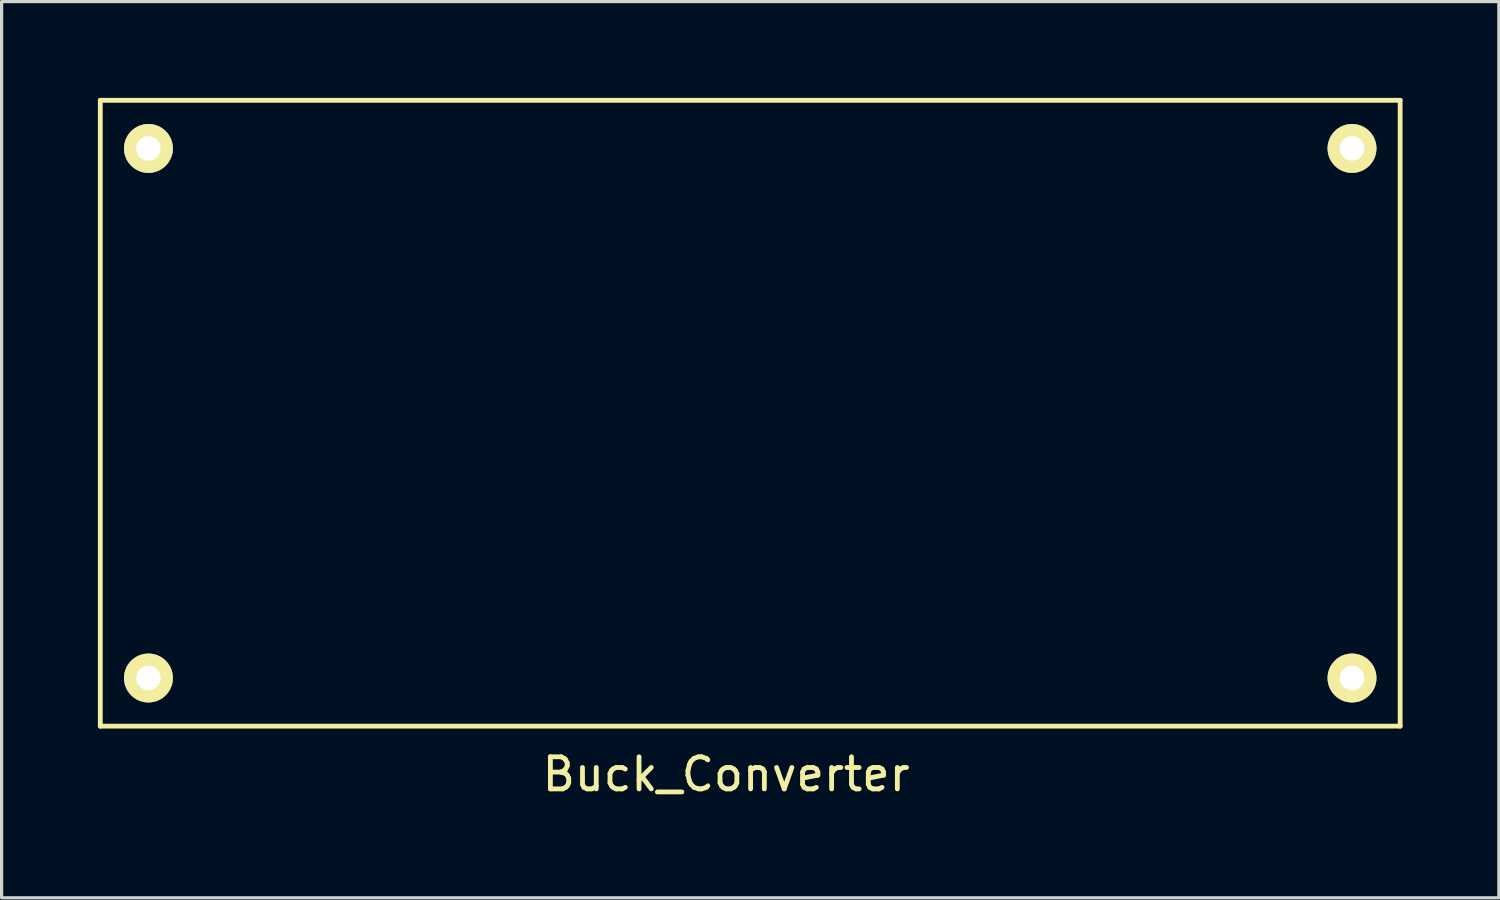
<source format=kicad_pcb>
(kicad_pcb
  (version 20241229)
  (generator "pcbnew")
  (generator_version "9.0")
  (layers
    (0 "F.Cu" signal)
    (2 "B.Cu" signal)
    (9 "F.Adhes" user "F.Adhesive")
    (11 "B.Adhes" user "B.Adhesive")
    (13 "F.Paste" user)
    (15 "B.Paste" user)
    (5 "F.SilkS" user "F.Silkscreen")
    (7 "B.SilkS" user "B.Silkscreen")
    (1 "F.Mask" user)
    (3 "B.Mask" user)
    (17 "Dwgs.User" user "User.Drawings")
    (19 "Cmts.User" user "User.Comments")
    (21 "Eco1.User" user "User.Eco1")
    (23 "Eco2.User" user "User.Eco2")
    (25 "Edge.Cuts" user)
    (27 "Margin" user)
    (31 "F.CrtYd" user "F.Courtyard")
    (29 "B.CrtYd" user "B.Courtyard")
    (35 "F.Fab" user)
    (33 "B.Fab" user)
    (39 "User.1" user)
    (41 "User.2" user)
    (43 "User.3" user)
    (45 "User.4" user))
  (footprint "Buck_Converter"
    (layer "F.Cu")
    (at 19.575 1.575)
    (property "Reference" "Buck_Converter" (at 0 19.5 0) (layer "F.SilkS") (effects (font (size 1 1) (thickness 0.15))))
    (attr through_hole)
    (fp_line (start -19.5 -1.5) (end 21 -1.5) (stroke (width 0.15) (type solid)) (layer "F.SilkS"))
    (fp_line (start -19.5 18) (end -19.5 -1.5) (stroke (width 0.15) (type solid)) (layer "F.SilkS"))
    (fp_line (start 21 -1.5) (end 21 18) (stroke (width 0.15) (type solid)) (layer "F.SilkS"))
    (fp_line (start 21 18) (end -19.5 18) (stroke (width 0.15) (type solid)) (layer "F.SilkS"))
    (pad "1" thru_hole circle (at -18 0) (size 1.524 1.524) (drill 0.762) (layers "*.Cu" "*.Mask" "F.SilkS"))
    (pad "2" thru_hole circle (at -18 16.5) (size 1.524 1.524) (drill 0.762) (layers "*.Cu" "*.Mask" "F.SilkS"))
    (pad "3" thru_hole circle (at 19.5 0) (size 1.524 1.524) (drill 0.762) (layers "*.Cu" "*.Mask" "F.SilkS"))
    (pad "4" thru_hole circle (at 19.5 16.5) (size 1.524 1.524) (drill 0.762) (layers "*.Cu" "*.Mask" "F.SilkS")))
  (gr_rect
    (start -3 -3)
    (end 43.65 24.923)
    (stroke (width 0.1) (type default))
    (fill no)
    (layer "Edge.Cuts")))
</source>
